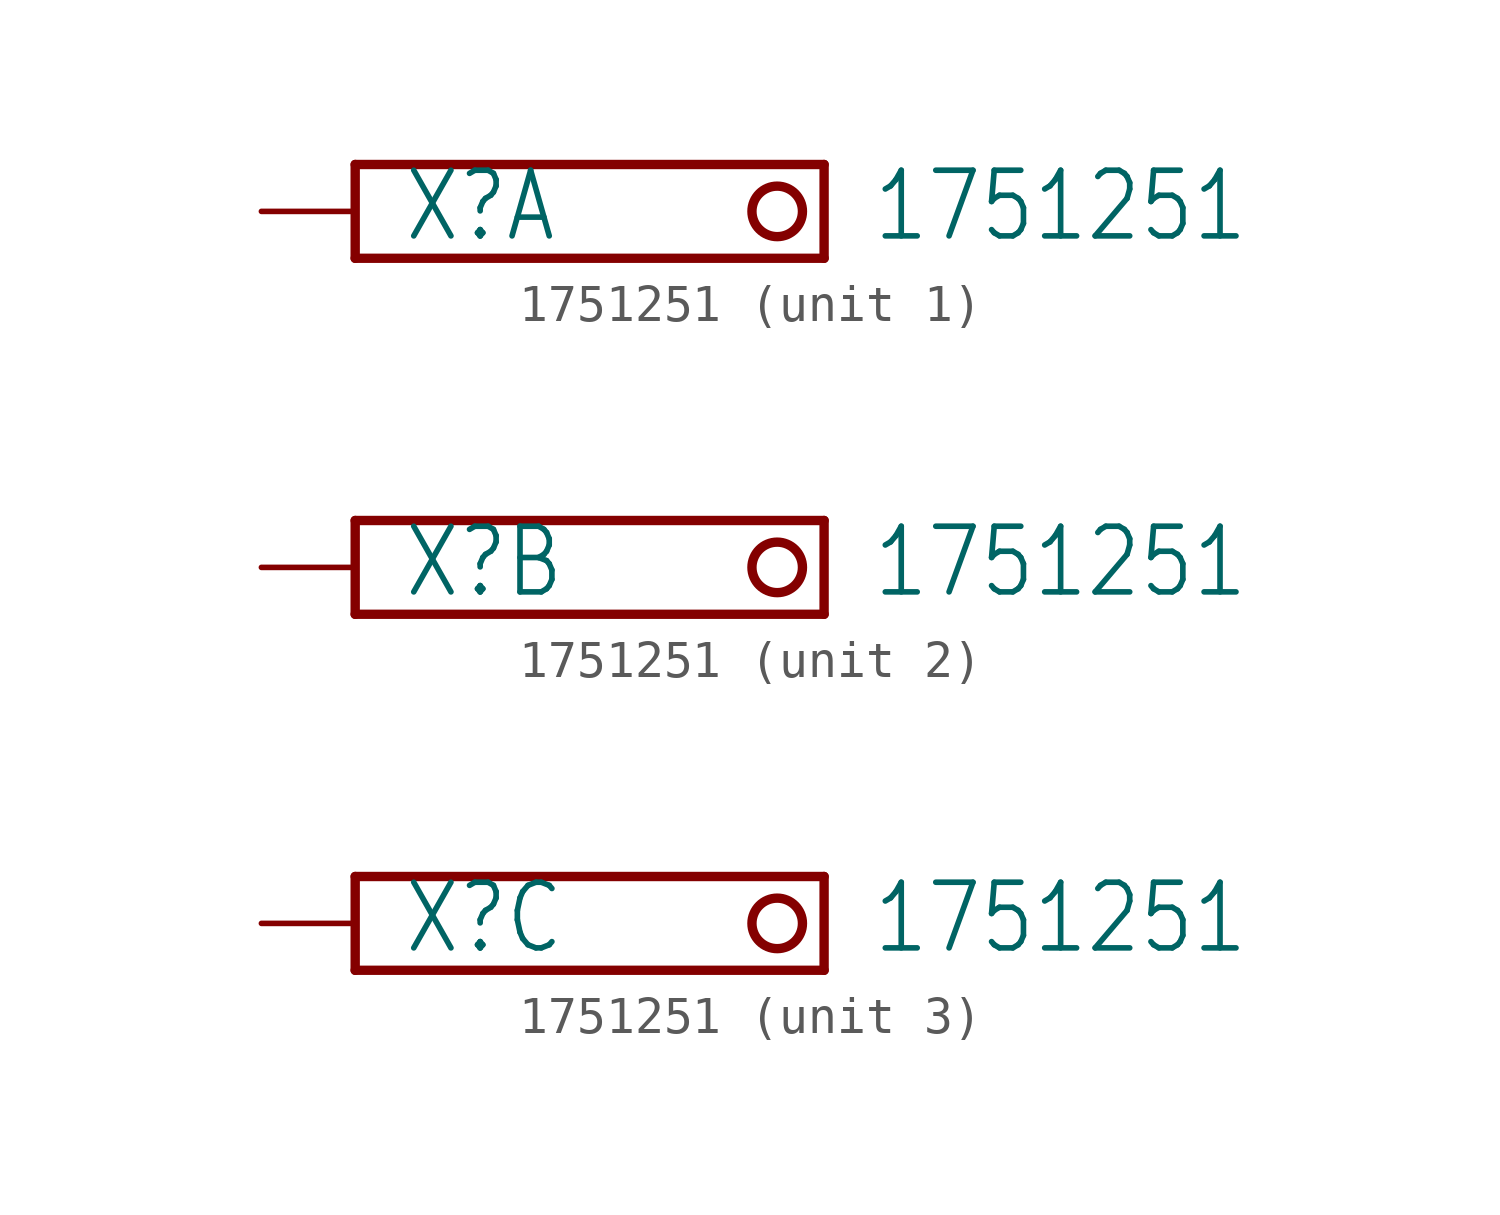
<source format=kicad_sym>
(kicad_symbol_lib
  (version 20211014)
  (generator kicad_symbol_editor)
  (symbol "1751251"
    (property "Reference" "X"
      (at 1.27 -0.889 0)
      (effects (font (size 1.778 1.511)) (justify left bottom)))
    (property "Value" "1751251"
      (at 13.97 -0.889 0)
      (effects (font (size 1.778 1.511)) (justify left bottom)))
    (property "ki_locked" ""
      (at 0 0 0)
      (effects (font (size 1.27 1.27))))
    (symbol "1751251_1_0"
      (polyline (pts (xy 0 -1.27) (xy 0 1.27)) (stroke (width 0.254) (type default) (color 0 0 0 0)) (fill (type none)))
      (polyline (pts (xy 0 1.27) (xy 12.7 1.27)) (stroke (width 0.254) (type default) (color 0 0 0 0)) (fill (type none)))
      (polyline (pts (xy 12.7 -1.27) (xy 0 -1.27)) (stroke (width 0.254) (type default) (color 0 0 0 0)) (fill (type none)))
      (polyline (pts (xy 12.7 -1.27) (xy 12.7 1.27)) (stroke (width 0.254) (type default) (color 0 0 0 0)) (fill (type none)))
      (circle (center 11.43 0) (radius 0.684) (stroke (width 0.254) (type default) (color 0 0 0 0)) (fill (type none)))
      (pin passive line (at -2.54 0 0) (length 2.54) (name "K" (effects (font (size 0 0)))) (number "1" (effects (font (size 0 0))))))
    (symbol "1751251_2_0"
      (polyline (pts (xy 0 -1.27) (xy 0 1.27)) (stroke (width 0.254) (type default) (color 0 0 0 0)) (fill (type none)))
      (polyline (pts (xy 0 1.27) (xy 12.7 1.27)) (stroke (width 0.254) (type default) (color 0 0 0 0)) (fill (type none)))
      (polyline (pts (xy 12.7 -1.27) (xy 0 -1.27)) (stroke (width 0.254) (type default) (color 0 0 0 0)) (fill (type none)))
      (polyline (pts (xy 12.7 -1.27) (xy 12.7 1.27)) (stroke (width 0.254) (type default) (color 0 0 0 0)) (fill (type none)))
      (circle (center 11.43 0) (radius 0.684) (stroke (width 0.254) (type default) (color 0 0 0 0)) (fill (type none)))
      (pin passive line (at -2.54 0 0) (length 2.54) (name "K" (effects (font (size 0 0)))) (number "2" (effects (font (size 0 0))))))
    (symbol "1751251_3_0"
      (polyline (pts (xy 0 -1.27) (xy 0 1.27)) (stroke (width 0.254) (type default) (color 0 0 0 0)) (fill (type none)))
      (polyline (pts (xy 0 1.27) (xy 12.7 1.27)) (stroke (width 0.254) (type default) (color 0 0 0 0)) (fill (type none)))
      (polyline (pts (xy 12.7 -1.27) (xy 0 -1.27)) (stroke (width 0.254) (type default) (color 0 0 0 0)) (fill (type none)))
      (polyline (pts (xy 12.7 -1.27) (xy 12.7 1.27)) (stroke (width 0.254) (type default) (color 0 0 0 0)) (fill (type none)))
      (circle (center 11.43 0) (radius 0.684) (stroke (width 0.254) (type default) (color 0 0 0 0)) (fill (type none)))
      (pin passive line (at -2.54 0 0) (length 2.54) (name "K" (effects (font (size 0 0)))) (number "3" (effects (font (size 0 0))))))))
</source>
